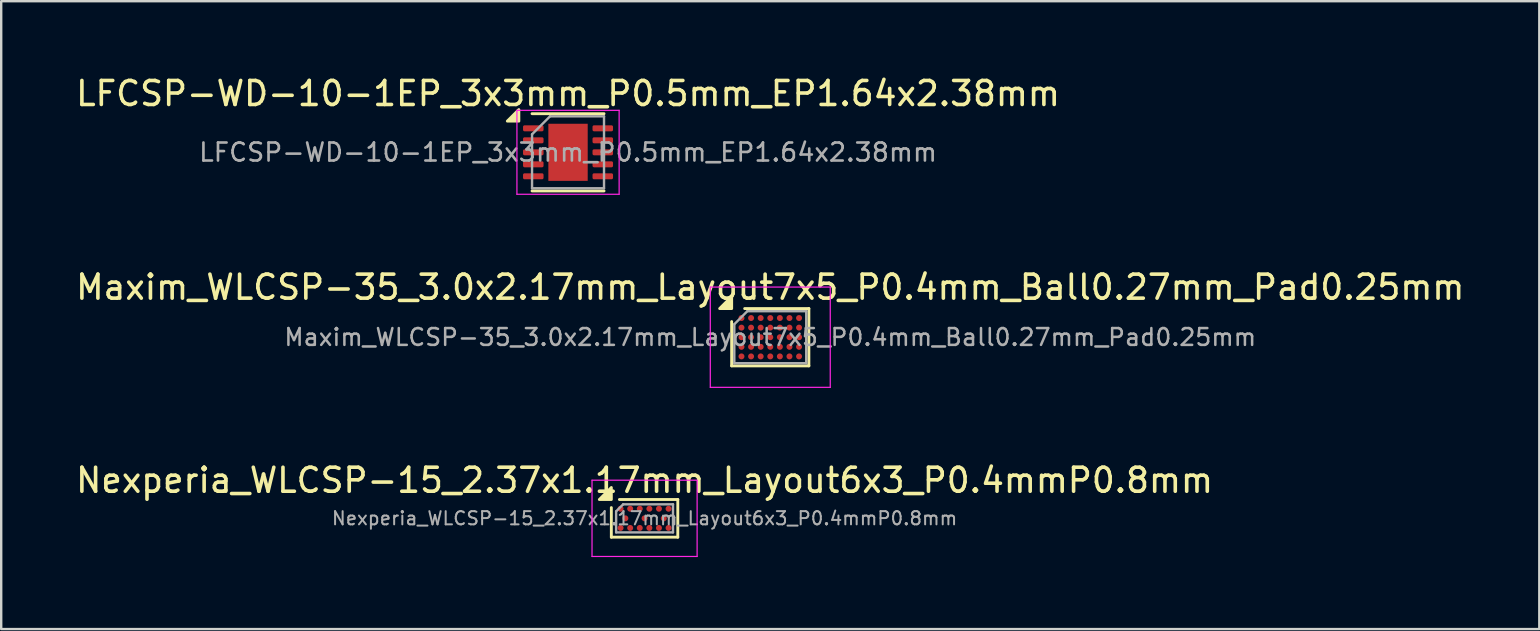
<source format=kicad_pcb>
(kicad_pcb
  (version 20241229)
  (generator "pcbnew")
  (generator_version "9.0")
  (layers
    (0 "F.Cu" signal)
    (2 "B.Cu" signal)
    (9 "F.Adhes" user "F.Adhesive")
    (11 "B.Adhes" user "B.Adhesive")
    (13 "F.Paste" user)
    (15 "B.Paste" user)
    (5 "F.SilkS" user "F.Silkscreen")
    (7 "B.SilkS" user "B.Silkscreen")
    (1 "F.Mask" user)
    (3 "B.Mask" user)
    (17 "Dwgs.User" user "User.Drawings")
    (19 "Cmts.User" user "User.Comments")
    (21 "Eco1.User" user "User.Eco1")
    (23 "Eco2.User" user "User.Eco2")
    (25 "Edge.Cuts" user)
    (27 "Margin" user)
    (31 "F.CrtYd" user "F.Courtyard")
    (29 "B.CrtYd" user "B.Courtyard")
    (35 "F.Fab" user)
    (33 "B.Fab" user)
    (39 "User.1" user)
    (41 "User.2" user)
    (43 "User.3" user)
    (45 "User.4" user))
  (footprint "LFCSP-WD-10-1EP_3x3mm_P0.5mm_EP1.64x2.38mm"
    (layer "F.Cu")
    (at 20.625 3.298)
    (property "Reference" "LFCSP-WD-10-1EP_3x3mm_P0.5mm_EP1.64x2.38mm" (at 0 -2.45 0) (layer "F.SilkS") (effects (font (size 1 1) (thickness 0.15))))
    (attr smd)
    (fp_line (start -1.5 -1.61) (end 1.5 -1.61) (stroke (width 0.12) (type solid)) (layer "F.SilkS"))
    (fp_line (start -1.5 1.61) (end 1.5 1.61) (stroke (width 0.12) (type solid)) (layer "F.SilkS"))
    (fp_poly (pts (xy -2.05 -1.3) (xy -2.53 -1.3) (xy -2.05 -1.78) (xy -2.05 -1.3)) (stroke (width 0.12) (type solid)) (fill yes) (layer "F.SilkS"))
    (fp_line (start -2.13 -1.75) (end -2.13 1.75) (stroke (width 0.05) (type solid)) (layer "F.CrtYd"))
    (fp_line (start -2.13 1.75) (end 2.13 1.75) (stroke (width 0.05) (type solid)) (layer "F.CrtYd"))
    (fp_line (start 2.13 -1.75) (end -2.13 -1.75) (stroke (width 0.05) (type solid)) (layer "F.CrtYd"))
    (fp_line (start 2.13 1.75) (end 2.13 -1.75) (stroke (width 0.05) (type solid)) (layer "F.CrtYd"))
    (fp_line (start -1.5 -0.75) (end -0.75 -1.5) (stroke (width 0.1) (type solid)) (layer "F.Fab"))
    (fp_line (start -1.5 1.5) (end -1.5 -0.75) (stroke (width 0.1) (type solid)) (layer "F.Fab"))
    (fp_line (start -0.75 -1.5) (end 1.5 -1.5) (stroke (width 0.1) (type solid)) (layer "F.Fab"))
    (fp_line (start 1.5 -1.5) (end 1.5 1.5) (stroke (width 0.1) (type solid)) (layer "F.Fab"))
    (fp_line (start 1.5 1.5) (end -1.5 1.5) (stroke (width 0.1) (type solid)) (layer "F.Fab"))
    (fp_text user "${REFERENCE}" (at 0 0 0) (layer "F.Fab") (effects (font (size 0.75 0.75) (thickness 0.11))))
    (pad "" smd roundrect (at -0.41 -0.79) (size 0.66 0.64) (layers "F.Paste") (roundrect_rratio 0.25))
    (pad "" smd roundrect (at -0.41 0) (size 0.66 0.64) (layers "F.Paste") (roundrect_rratio 0.25))
    (pad "" smd roundrect (at -0.41 0.79) (size 0.66 0.64) (layers "F.Paste") (roundrect_rratio 0.25))
    (pad "" smd roundrect (at 0.41 -0.79) (size 0.66 0.64) (layers "F.Paste") (roundrect_rratio 0.25))
    (pad "" smd roundrect (at 0.41 0) (size 0.66 0.64) (layers "F.Paste") (roundrect_rratio 0.25))
    (pad "" smd roundrect (at 0.41 0.79) (size 0.66 0.64) (layers "F.Paste") (roundrect_rratio 0.25))
    (pad "1" smd roundrect (at -1.448 -1) (size 0.855 0.25) (layers "F.Cu" "F.Mask" "F.Paste") (roundrect_rratio 0.25))
    (pad "2" smd roundrect (at -1.448 -0.5) (size 0.855 0.25) (layers "F.Cu" "F.Mask" "F.Paste") (roundrect_rratio 0.25))
    (pad "3" smd roundrect (at -1.448 0) (size 0.855 0.25) (layers "F.Cu" "F.Mask" "F.Paste") (roundrect_rratio 0.25))
    (pad "4" smd roundrect (at -1.448 0.5) (size 0.855 0.25) (layers "F.Cu" "F.Mask" "F.Paste") (roundrect_rratio 0.25))
    (pad "5" smd roundrect (at -1.448 1) (size 0.855 0.25) (layers "F.Cu" "F.Mask" "F.Paste") (roundrect_rratio 0.25))
    (pad "6" smd roundrect (at 1.448 1) (size 0.855 0.25) (layers "F.Cu" "F.Mask" "F.Paste") (roundrect_rratio 0.25))
    (pad "7" smd roundrect (at 1.448 0.5) (size 0.855 0.25) (layers "F.Cu" "F.Mask" "F.Paste") (roundrect_rratio 0.25))
    (pad "8" smd roundrect (at 1.448 0) (size 0.855 0.25) (layers "F.Cu" "F.Mask" "F.Paste") (roundrect_rratio 0.25))
    (pad "9" smd roundrect (at 1.448 -0.5) (size 0.855 0.25) (layers "F.Cu" "F.Mask" "F.Paste") (roundrect_rratio 0.25))
    (pad "10" smd roundrect (at 1.448 -1) (size 0.855 0.25) (layers "F.Cu" "F.Mask" "F.Paste") (roundrect_rratio 0.25))
    (pad "11" smd rect (at 0 0) (size 1.64 2.38) (property pad_prop_heatsink) (layers "F.Cu" "F.Mask")))
  (footprint "Nexperia_WLCSP-15_2.37x1.17mm_Layout6x3_P0.4mmP0.8mm"
    (layer "F.Cu")
    (at 23.815 18.554)
    (property "Reference" "Nexperia_WLCSP-15_2.37x1.17mm_Layout6x3_P0.4mmP0.8mm" (at 0 -1.585 0) (layer "F.SilkS") (effects (font (size 1 1) (thickness 0.15))))
    (attr smd)
    (fp_line (start -1.385 0.785) (end -1.385 -0.448) (stroke (width 0.12) (type solid)) (layer "F.SilkS"))
    (fp_line (start -1.048 -0.785) (end 1.385 -0.785) (stroke (width 0.12) (type solid)) (layer "F.SilkS"))
    (fp_line (start 1.385 -0.785) (end 1.385 0.785) (stroke (width 0.12) (type solid)) (layer "F.SilkS"))
    (fp_line (start 1.385 0.785) (end -1.385 0.785) (stroke (width 0.12) (type solid)) (layer "F.SilkS"))
    (fp_poly (pts (xy -1.385 -0.785) (xy -1.885 -0.785) (xy -1.385 -1.285) (xy -1.385 -0.785)) (stroke (width 0.12) (type solid)) (fill yes) (layer "F.SilkS"))
    (fp_line (start -2.19 -1.59) (end -2.19 1.59) (stroke (width 0.05) (type solid)) (layer "F.CrtYd"))
    (fp_line (start -2.19 1.59) (end 2.19 1.59) (stroke (width 0.05) (type solid)) (layer "F.CrtYd"))
    (fp_line (start 2.19 -1.59) (end -2.19 -1.59) (stroke (width 0.05) (type solid)) (layer "F.CrtYd"))
    (fp_line (start 2.19 1.59) (end 2.19 -1.59) (stroke (width 0.05) (type solid)) (layer "F.CrtYd"))
    (fp_line (start -1.185 -0.292) (end -0.892 -0.585) (stroke (width 0.1) (type solid)) (layer "F.Fab"))
    (fp_line (start -1.185 0.585) (end -1.185 -0.292) (stroke (width 0.1) (type solid)) (layer "F.Fab"))
    (fp_line (start -0.892 -0.585) (end 1.185 -0.585) (stroke (width 0.1) (type solid)) (layer "F.Fab"))
    (fp_line (start 1.185 -0.585) (end 1.185 0.585) (stroke (width 0.1) (type solid)) (layer "F.Fab"))
    (fp_line (start 1.185 0.585) (end -1.185 0.585) (stroke (width 0.1) (type solid)) (layer "F.Fab"))
    (fp_text user "${REFERENCE}" (at 0 0 0) (layer "F.Fab") (effects (font (size 0.55 0.55) (thickness 0.083))))
    (pad "A1" smd circle (at -1 -0.4) (size 0.25 0.25) (property pad_prop_bga) (layers "F.Cu" "F.Mask" "F.Paste"))
    (pad "A2" smd circle (at -0.6 -0.4) (size 0.25 0.25) (property pad_prop_bga) (layers "F.Cu" "F.Mask" "F.Paste"))
    (pad "A3" smd circle (at -0.2 -0.4) (size 0.25 0.25) (property pad_prop_bga) (layers "F.Cu" "F.Mask" "F.Paste"))
    (pad "A4" smd circle (at 0.2 -0.4) (size 0.25 0.25) (property pad_prop_bga) (layers "F.Cu" "F.Mask" "F.Paste"))
    (pad "A5" smd circle (at 0.6 -0.4) (size 0.25 0.25) (property pad_prop_bga) (layers "F.Cu" "F.Mask" "F.Paste"))
    (pad "A6" smd circle (at 1 -0.4) (size 0.25 0.25) (property pad_prop_bga) (layers "F.Cu" "F.Mask" "F.Paste"))
    (pad "B1" smd circle (at -0.8 0) (size 0.25 0.25) (property pad_prop_bga) (layers "F.Cu" "F.Mask" "F.Paste"))
    (pad "B2" smd circle (at 0 0) (size 0.25 0.25) (property pad_prop_bga) (layers "F.Cu" "F.Mask" "F.Paste"))
    (pad "B3" smd circle (at 0.8 0) (size 0.25 0.25) (property pad_prop_bga) (layers "F.Cu" "F.Mask" "F.Paste"))
    (pad "C1" smd circle (at -1 0.4) (size 0.25 0.25) (property pad_prop_bga) (layers "F.Cu" "F.Mask" "F.Paste"))
    (pad "C2" smd circle (at -0.6 0.4) (size 0.25 0.25) (property pad_prop_bga) (layers "F.Cu" "F.Mask" "F.Paste"))
    (pad "C3" smd circle (at -0.2 0.4) (size 0.25 0.25) (property pad_prop_bga) (layers "F.Cu" "F.Mask" "F.Paste"))
    (pad "C4" smd circle (at 0.2 0.4) (size 0.25 0.25) (property pad_prop_bga) (layers "F.Cu" "F.Mask" "F.Paste"))
    (pad "C5" smd circle (at 0.6 0.4) (size 0.25 0.25) (property pad_prop_bga) (layers "F.Cu" "F.Mask" "F.Paste"))
    (pad "C6" smd circle (at 1 0.4) (size 0.25 0.25) (property pad_prop_bga) (layers "F.Cu" "F.Mask" "F.Paste")))
  (footprint "Maxim_WLCSP-35_3.0x2.17mm_Layout7x5_P0.4mm_Ball0.27mm_Pad0.25mm"
    (layer "F.Cu")
    (at 29.054 11.005)
    (property "Reference" "Maxim_WLCSP-35_3.0x2.17mm_Layout7x5_P0.4mm_Ball0.27mm_Pad0.25mm" (at 0 -2.084 0) (layer "F.SilkS") (effects (font (size 1 1) (thickness 0.15))))
    (attr smd)
    (fp_line (start -1.609 1.194) (end -1.609 -0.652) (stroke (width 0.12) (type solid)) (layer "F.SilkS"))
    (fp_line (start -1.067 -1.194) (end 1.609 -1.194) (stroke (width 0.12) (type solid)) (layer "F.SilkS"))
    (fp_line (start 1.609 -1.194) (end 1.609 1.194) (stroke (width 0.12) (type solid)) (layer "F.SilkS"))
    (fp_line (start 1.609 1.194) (end -1.609 1.194) (stroke (width 0.12) (type solid)) (layer "F.SilkS"))
    (fp_poly (pts (xy -1.609 -1.194) (xy -2.109 -1.194) (xy -1.609 -1.694) (xy -1.609 -1.194)) (stroke (width 0.12) (type solid)) (fill yes) (layer "F.SilkS"))
    (fp_line (start -2.5 -2.09) (end -2.5 2.09) (stroke (width 0.05) (type solid)) (layer "F.CrtYd"))
    (fp_line (start -2.5 2.09) (end 2.5 2.09) (stroke (width 0.05) (type solid)) (layer "F.CrtYd"))
    (fp_line (start 2.5 -2.09) (end -2.5 -2.09) (stroke (width 0.05) (type solid)) (layer "F.CrtYd"))
    (fp_line (start 2.5 2.09) (end 2.5 -2.09) (stroke (width 0.05) (type solid)) (layer "F.CrtYd"))
    (fp_line (start -1.499 -0.542) (end -0.957 -1.084) (stroke (width 0.1) (type solid)) (layer "F.Fab"))
    (fp_line (start -1.499 1.084) (end -1.499 -0.542) (stroke (width 0.1) (type solid)) (layer "F.Fab"))
    (fp_line (start -0.957 -1.084) (end 1.499 -1.084) (stroke (width 0.1) (type solid)) (layer "F.Fab"))
    (fp_line (start 1.499 -1.084) (end 1.499 1.084) (stroke (width 0.1) (type solid)) (layer "F.Fab"))
    (fp_line (start 1.499 1.084) (end -1.499 1.084) (stroke (width 0.1) (type solid)) (layer "F.Fab"))
    (fp_text user "${REFERENCE}" (at 0 0 0) (layer "F.Fab") (effects (font (size 0.7 0.7) (thickness 0.105))))
    (pad "A1" smd circle (at -1.2 -0.8) (size 0.25 0.25) (property pad_prop_bga) (layers "F.Cu" "F.Mask" "F.Paste"))
    (pad "A2" smd circle (at -0.8 -0.8) (size 0.25 0.25) (property pad_prop_bga) (layers "F.Cu" "F.Mask" "F.Paste"))
    (pad "A3" smd circle (at -0.4 -0.8) (size 0.25 0.25) (property pad_prop_bga) (layers "F.Cu" "F.Mask" "F.Paste"))
    (pad "A4" smd circle (at 0 -0.8) (size 0.25 0.25) (property pad_prop_bga) (layers "F.Cu" "F.Mask" "F.Paste"))
    (pad "A5" smd circle (at 0.4 -0.8) (size 0.25 0.25) (property pad_prop_bga) (layers "F.Cu" "F.Mask" "F.Paste"))
    (pad "A6" smd circle (at 0.8 -0.8) (size 0.25 0.25) (property pad_prop_bga) (layers "F.Cu" "F.Mask" "F.Paste"))
    (pad "A7" smd circle (at 1.2 -0.8) (size 0.25 0.25) (property pad_prop_bga) (layers "F.Cu" "F.Mask" "F.Paste"))
    (pad "B1" smd circle (at -1.2 -0.4) (size 0.25 0.25) (property pad_prop_bga) (layers "F.Cu" "F.Mask" "F.Paste"))
    (pad "B2" smd circle (at -0.8 -0.4) (size 0.25 0.25) (property pad_prop_bga) (layers "F.Cu" "F.Mask" "F.Paste"))
    (pad "B3" smd circle (at -0.4 -0.4) (size 0.25 0.25) (property pad_prop_bga) (layers "F.Cu" "F.Mask" "F.Paste"))
    (pad "B4" smd circle (at 0 -0.4) (size 0.25 0.25) (property pad_prop_bga) (layers "F.Cu" "F.Mask" "F.Paste"))
    (pad "B5" smd circle (at 0.4 -0.4) (size 0.25 0.25) (property pad_prop_bga) (layers "F.Cu" "F.Mask" "F.Paste"))
    (pad "B6" smd circle (at 0.8 -0.4) (size 0.25 0.25) (property pad_prop_bga) (layers "F.Cu" "F.Mask" "F.Paste"))
    (pad "B7" smd circle (at 1.2 -0.4) (size 0.25 0.25) (property pad_prop_bga) (layers "F.Cu" "F.Mask" "F.Paste"))
    (pad "C1" smd circle (at -1.2 0) (size 0.25 0.25) (property pad_prop_bga) (layers "F.Cu" "F.Mask" "F.Paste"))
    (pad "C2" smd circle (at -0.8 0) (size 0.25 0.25) (property pad_prop_bga) (layers "F.Cu" "F.Mask" "F.Paste"))
    (pad "C3" smd circle (at -0.4 0) (size 0.25 0.25) (property pad_prop_bga) (layers "F.Cu" "F.Mask" "F.Paste"))
    (pad "C4" smd circle (at 0 0) (size 0.25 0.25) (property pad_prop_bga) (layers "F.Cu" "F.Mask" "F.Paste"))
    (pad "C5" smd circle (at 0.4 0) (size 0.25 0.25) (property pad_prop_bga) (layers "F.Cu" "F.Mask" "F.Paste"))
    (pad "C6" smd circle (at 0.8 0) (size 0.25 0.25) (property pad_prop_bga) (layers "F.Cu" "F.Mask" "F.Paste"))
    (pad "C7" smd circle (at 1.2 0) (size 0.25 0.25) (property pad_prop_bga) (layers "F.Cu" "F.Mask" "F.Paste"))
    (pad "D1" smd circle (at -1.2 0.4) (size 0.25 0.25) (property pad_prop_bga) (layers "F.Cu" "F.Mask" "F.Paste"))
    (pad "D2" smd circle (at -0.8 0.4) (size 0.25 0.25) (property pad_prop_bga) (layers "F.Cu" "F.Mask" "F.Paste"))
    (pad "D3" smd circle (at -0.4 0.4) (size 0.25 0.25) (property pad_prop_bga) (layers "F.Cu" "F.Mask" "F.Paste"))
    (pad "D4" smd circle (at 0 0.4) (size 0.25 0.25) (property pad_prop_bga) (layers "F.Cu" "F.Mask" "F.Paste"))
    (pad "D5" smd circle (at 0.4 0.4) (size 0.25 0.25) (property pad_prop_bga) (layers "F.Cu" "F.Mask" "F.Paste"))
    (pad "D6" smd circle (at 0.8 0.4) (size 0.25 0.25) (property pad_prop_bga) (layers "F.Cu" "F.Mask" "F.Paste"))
    (pad "D7" smd circle (at 1.2 0.4) (size 0.25 0.25) (property pad_prop_bga) (layers "F.Cu" "F.Mask" "F.Paste"))
    (pad "E1" smd circle (at -1.2 0.8) (size 0.25 0.25) (property pad_prop_bga) (layers "F.Cu" "F.Mask" "F.Paste"))
    (pad "E2" smd circle (at -0.8 0.8) (size 0.25 0.25) (property pad_prop_bga) (layers "F.Cu" "F.Mask" "F.Paste"))
    (pad "E3" smd circle (at -0.4 0.8) (size 0.25 0.25) (property pad_prop_bga) (layers "F.Cu" "F.Mask" "F.Paste"))
    (pad "E4" smd circle (at 0 0.8) (size 0.25 0.25) (property pad_prop_bga) (layers "F.Cu" "F.Mask" "F.Paste"))
    (pad "E5" smd circle (at 0.4 0.8) (size 0.25 0.25) (property pad_prop_bga) (layers "F.Cu" "F.Mask" "F.Paste"))
    (pad "E6" smd circle (at 0.8 0.8) (size 0.25 0.25) (property pad_prop_bga) (layers "F.Cu" "F.Mask" "F.Paste"))
    (pad "E7" smd circle (at 1.2 0.8) (size 0.25 0.25) (property pad_prop_bga) (layers "F.Cu" "F.Mask" "F.Paste")))
  (gr_rect
    (start -3 -3)
    (end 61.107 23.169)
    (stroke (width 0.1) (type default))
    (fill no)
    (layer "Edge.Cuts")))
</source>
